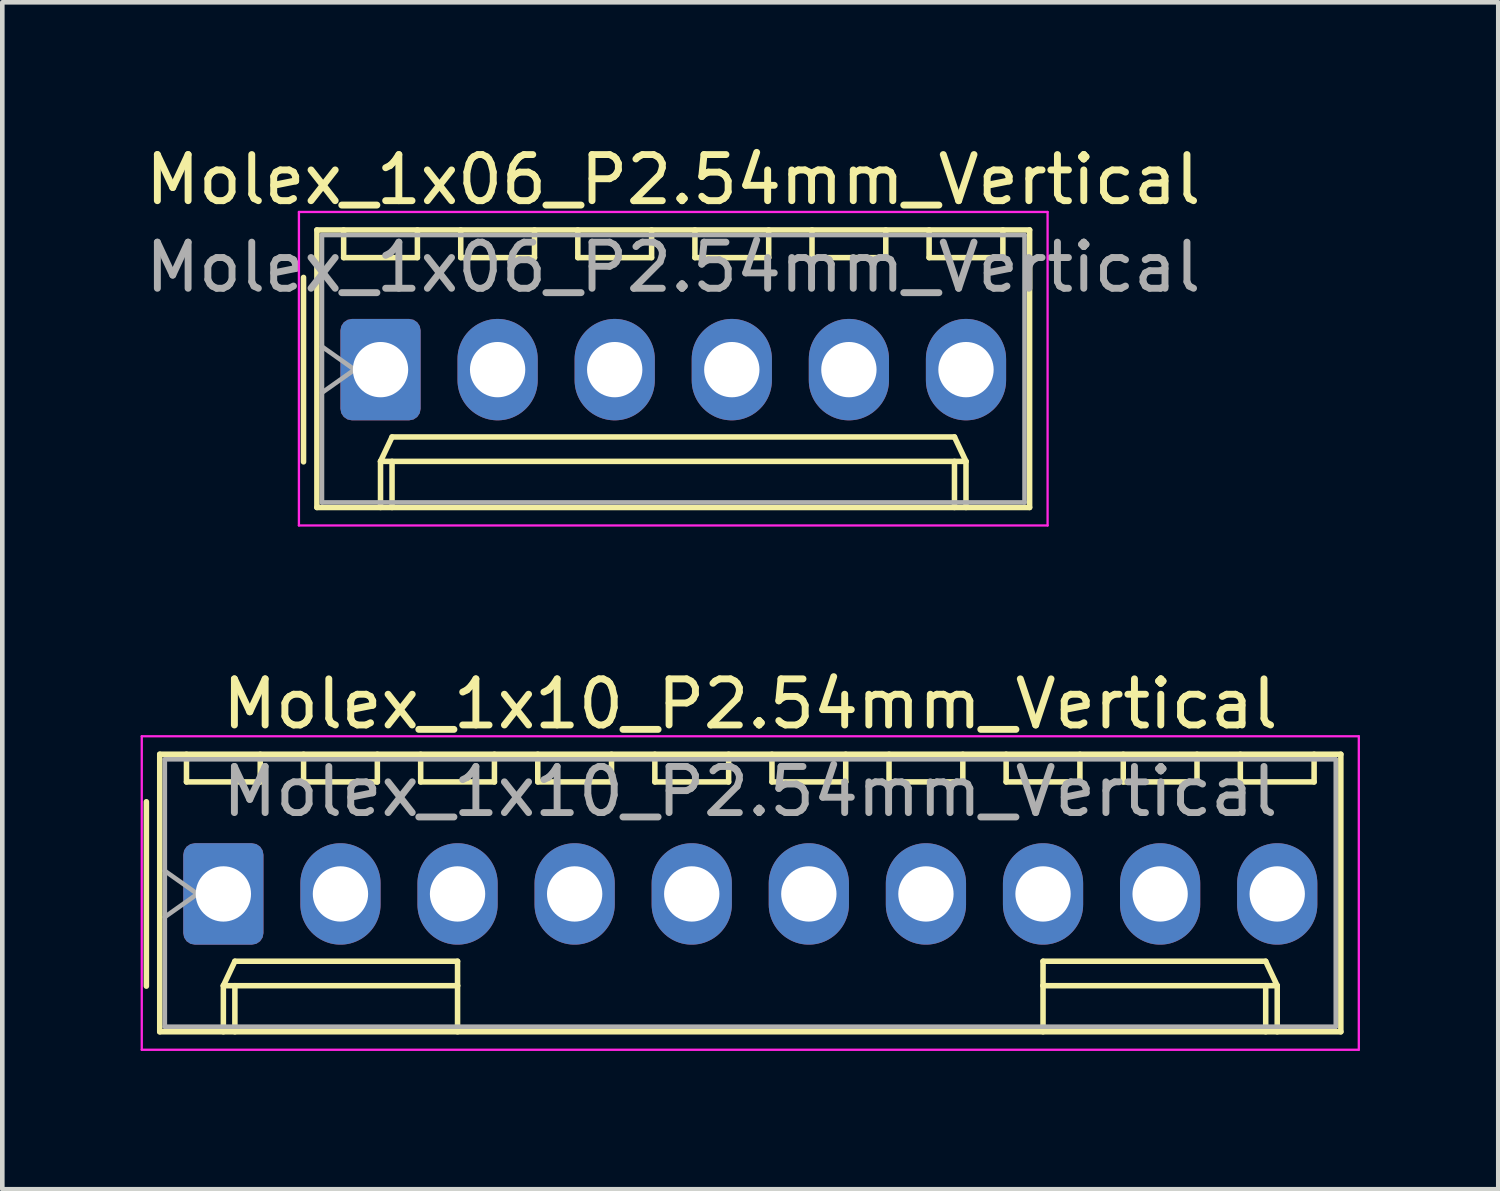
<source format=kicad_pcb>
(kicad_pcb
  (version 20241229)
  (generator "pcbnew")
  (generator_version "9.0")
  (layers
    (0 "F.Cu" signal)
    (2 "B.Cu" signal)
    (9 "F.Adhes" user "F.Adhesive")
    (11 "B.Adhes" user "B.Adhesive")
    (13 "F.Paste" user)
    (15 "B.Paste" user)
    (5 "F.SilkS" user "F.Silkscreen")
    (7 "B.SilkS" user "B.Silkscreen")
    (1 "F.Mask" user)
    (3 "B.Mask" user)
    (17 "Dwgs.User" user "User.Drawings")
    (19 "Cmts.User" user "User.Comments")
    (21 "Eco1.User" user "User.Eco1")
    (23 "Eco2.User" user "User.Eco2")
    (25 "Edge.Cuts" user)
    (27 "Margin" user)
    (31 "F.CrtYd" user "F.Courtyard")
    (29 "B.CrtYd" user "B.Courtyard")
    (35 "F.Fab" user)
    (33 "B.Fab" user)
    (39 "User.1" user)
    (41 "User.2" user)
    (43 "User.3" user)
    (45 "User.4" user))
  (footprint "Molex_1x10_P2.54mm_Vertical"
    (layer "F.Cu")
    (at 1.795 16.341)
    (property "Reference" "Molex_1x10_P2.54mm_Vertical" (at 11.43 -4.12 0) (layer "F.SilkS") (effects (font (size 1 1) (thickness 0.15))))
    (attr through_hole)
    (fp_line (start -1.67 -2) (end -1.67 2) (stroke (width 0.12) (type solid)) (layer "F.SilkS"))
    (fp_line (start -1.38 -3.03) (end -1.38 2.99) (stroke (width 0.12) (type solid)) (layer "F.SilkS"))
    (fp_line (start -1.38 2.99) (end 24.24 2.99) (stroke (width 0.12) (type solid)) (layer "F.SilkS"))
    (fp_line (start -0.8 -3.03) (end -0.8 -2.43) (stroke (width 0.12) (type solid)) (layer "F.SilkS"))
    (fp_line (start -0.8 -2.43) (end 0.8 -2.43) (stroke (width 0.12) (type solid)) (layer "F.SilkS"))
    (fp_line (start 0 1.99) (end 0.25 1.46) (stroke (width 0.12) (type solid)) (layer "F.SilkS"))
    (fp_line (start 0 1.99) (end 5.08 1.99) (stroke (width 0.12) (type solid)) (layer "F.SilkS"))
    (fp_line (start 0 2.99) (end 0 1.99) (stroke (width 0.12) (type solid)) (layer "F.SilkS"))
    (fp_line (start 0.25 1.46) (end 5.08 1.46) (stroke (width 0.12) (type solid)) (layer "F.SilkS"))
    (fp_line (start 0.25 2.99) (end 0.25 1.99) (stroke (width 0.12) (type solid)) (layer "F.SilkS"))
    (fp_line (start 0.8 -2.43) (end 0.8 -3.03) (stroke (width 0.12) (type solid)) (layer "F.SilkS"))
    (fp_line (start 1.74 -3.03) (end 1.74 -2.43) (stroke (width 0.12) (type solid)) (layer "F.SilkS"))
    (fp_line (start 1.74 -2.43) (end 3.34 -2.43) (stroke (width 0.12) (type solid)) (layer "F.SilkS"))
    (fp_line (start 3.34 -2.43) (end 3.34 -3.03) (stroke (width 0.12) (type solid)) (layer "F.SilkS"))
    (fp_line (start 4.28 -3.03) (end 4.28 -2.43) (stroke (width 0.12) (type solid)) (layer "F.SilkS"))
    (fp_line (start 4.28 -2.43) (end 5.88 -2.43) (stroke (width 0.12) (type solid)) (layer "F.SilkS"))
    (fp_line (start 5.08 1.46) (end 5.08 1.99) (stroke (width 0.12) (type solid)) (layer "F.SilkS"))
    (fp_line (start 5.08 1.99) (end 5.08 2.99) (stroke (width 0.12) (type solid)) (layer "F.SilkS"))
    (fp_line (start 5.88 -2.43) (end 5.88 -3.03) (stroke (width 0.12) (type solid)) (layer "F.SilkS"))
    (fp_line (start 6.82 -3.03) (end 6.82 -2.43) (stroke (width 0.12) (type solid)) (layer "F.SilkS"))
    (fp_line (start 6.82 -2.43) (end 8.42 -2.43) (stroke (width 0.12) (type solid)) (layer "F.SilkS"))
    (fp_line (start 8.42 -2.43) (end 8.42 -3.03) (stroke (width 0.12) (type solid)) (layer "F.SilkS"))
    (fp_line (start 9.36 -3.03) (end 9.36 -2.43) (stroke (width 0.12) (type solid)) (layer "F.SilkS"))
    (fp_line (start 9.36 -2.43) (end 10.96 -2.43) (stroke (width 0.12) (type solid)) (layer "F.SilkS"))
    (fp_line (start 10.96 -2.43) (end 10.96 -3.03) (stroke (width 0.12) (type solid)) (layer "F.SilkS"))
    (fp_line (start 11.9 -3.03) (end 11.9 -2.43) (stroke (width 0.12) (type solid)) (layer "F.SilkS"))
    (fp_line (start 11.9 -2.43) (end 13.5 -2.43) (stroke (width 0.12) (type solid)) (layer "F.SilkS"))
    (fp_line (start 13.5 -2.43) (end 13.5 -3.03) (stroke (width 0.12) (type solid)) (layer "F.SilkS"))
    (fp_line (start 14.44 -3.03) (end 14.44 -2.43) (stroke (width 0.12) (type solid)) (layer "F.SilkS"))
    (fp_line (start 14.44 -2.43) (end 16.04 -2.43) (stroke (width 0.12) (type solid)) (layer "F.SilkS"))
    (fp_line (start 16.04 -2.43) (end 16.04 -3.03) (stroke (width 0.12) (type solid)) (layer "F.SilkS"))
    (fp_line (start 16.98 -3.03) (end 16.98 -2.43) (stroke (width 0.12) (type solid)) (layer "F.SilkS"))
    (fp_line (start 16.98 -2.43) (end 18.58 -2.43) (stroke (width 0.12) (type solid)) (layer "F.SilkS"))
    (fp_line (start 17.78 1.46) (end 17.78 1.99) (stroke (width 0.12) (type solid)) (layer "F.SilkS"))
    (fp_line (start 17.78 1.99) (end 17.78 2.99) (stroke (width 0.12) (type solid)) (layer "F.SilkS"))
    (fp_line (start 18.58 -2.43) (end 18.58 -3.03) (stroke (width 0.12) (type solid)) (layer "F.SilkS"))
    (fp_line (start 19.52 -3.03) (end 19.52 -2.43) (stroke (width 0.12) (type solid)) (layer "F.SilkS"))
    (fp_line (start 19.52 -2.43) (end 21.12 -2.43) (stroke (width 0.12) (type solid)) (layer "F.SilkS"))
    (fp_line (start 21.12 -2.43) (end 21.12 -3.03) (stroke (width 0.12) (type solid)) (layer "F.SilkS"))
    (fp_line (start 22.06 -3.03) (end 22.06 -2.43) (stroke (width 0.12) (type solid)) (layer "F.SilkS"))
    (fp_line (start 22.06 -2.43) (end 23.66 -2.43) (stroke (width 0.12) (type solid)) (layer "F.SilkS"))
    (fp_line (start 22.61 1.46) (end 17.78 1.46) (stroke (width 0.12) (type solid)) (layer "F.SilkS"))
    (fp_line (start 22.61 2.99) (end 22.61 1.99) (stroke (width 0.12) (type solid)) (layer "F.SilkS"))
    (fp_line (start 22.86 1.99) (end 17.78 1.99) (stroke (width 0.12) (type solid)) (layer "F.SilkS"))
    (fp_line (start 22.86 1.99) (end 22.61 1.46) (stroke (width 0.12) (type solid)) (layer "F.SilkS"))
    (fp_line (start 22.86 2.99) (end 22.86 1.99) (stroke (width 0.12) (type solid)) (layer "F.SilkS"))
    (fp_line (start 23.66 -2.43) (end 23.66 -3.03) (stroke (width 0.12) (type solid)) (layer "F.SilkS"))
    (fp_line (start 24.24 -3.03) (end -1.38 -3.03) (stroke (width 0.12) (type solid)) (layer "F.SilkS"))
    (fp_line (start 24.24 2.99) (end 24.24 -3.03) (stroke (width 0.12) (type solid)) (layer "F.SilkS"))
    (fp_line (start -1.77 -3.42) (end -1.77 3.38) (stroke (width 0.05) (type solid)) (layer "F.CrtYd"))
    (fp_line (start -1.77 3.38) (end 24.63 3.38) (stroke (width 0.05) (type solid)) (layer "F.CrtYd"))
    (fp_line (start 24.63 -3.42) (end -1.77 -3.42) (stroke (width 0.05) (type solid)) (layer "F.CrtYd"))
    (fp_line (start 24.63 3.38) (end 24.63 -3.42) (stroke (width 0.05) (type solid)) (layer "F.CrtYd"))
    (fp_line (start -1.27 -2.92) (end -1.27 2.88) (stroke (width 0.1) (type solid)) (layer "F.Fab"))
    (fp_line (start -1.27 -0.5) (end -0.563 0) (stroke (width 0.1) (type solid)) (layer "F.Fab"))
    (fp_line (start -1.27 2.88) (end 24.13 2.88) (stroke (width 0.1) (type solid)) (layer "F.Fab"))
    (fp_line (start -0.563 0) (end -1.27 0.5) (stroke (width 0.1) (type solid)) (layer "F.Fab"))
    (fp_line (start 24.13 -2.92) (end -1.27 -2.92) (stroke (width 0.1) (type solid)) (layer "F.Fab"))
    (fp_line (start 24.13 2.88) (end 24.13 -2.92) (stroke (width 0.1) (type solid)) (layer "F.Fab"))
    (fp_text user "${REFERENCE}" (at 11.43 -2.22 0) (layer "F.Fab") (effects (font (size 1 1) (thickness 0.15))))
    (pad "1" thru_hole roundrect (at 0 0) (size 1.74 2.2) (drill 1.2) (layers "*.Cu" "*.Mask") (roundrect_rratio 0.144))
    (pad "2" thru_hole oval (at 2.54 0) (size 1.74 2.2) (drill 1.2) (layers "*.Cu" "*.Mask"))
    (pad "3" thru_hole oval (at 5.08 0) (size 1.74 2.2) (drill 1.2) (layers "*.Cu" "*.Mask"))
    (pad "4" thru_hole oval (at 7.62 0) (size 1.74 2.2) (drill 1.2) (layers "*.Cu" "*.Mask"))
    (pad "5" thru_hole oval (at 10.16 0) (size 1.74 2.2) (drill 1.2) (layers "*.Cu" "*.Mask"))
    (pad "6" thru_hole oval (at 12.7 0) (size 1.74 2.2) (drill 1.2) (layers "*.Cu" "*.Mask"))
    (pad "7" thru_hole oval (at 15.24 0) (size 1.74 2.2) (drill 1.2) (layers "*.Cu" "*.Mask"))
    (pad "8" thru_hole oval (at 17.78 0) (size 1.74 2.2) (drill 1.2) (layers "*.Cu" "*.Mask"))
    (pad "9" thru_hole oval (at 20.32 0) (size 1.74 2.2) (drill 1.2) (layers "*.Cu" "*.Mask"))
    (pad "10" thru_hole oval (at 22.86 0) (size 1.74 2.2) (drill 1.2) (layers "*.Cu" "*.Mask")))
  (footprint "Molex_1x06_P2.54mm_Vertical"
    (layer "F.Cu")
    (at 5.204 4.968)
    (property "Reference" "Molex_1x06_P2.54mm_Vertical" (at 6.35 -4.12 0) (layer "F.SilkS") (effects (font (size 1 1) (thickness 0.15))))
    (attr through_hole)
    (fp_line (start -1.67 -2) (end -1.67 2) (stroke (width 0.12) (type solid)) (layer "F.SilkS"))
    (fp_line (start -1.38 -3.03) (end -1.38 2.99) (stroke (width 0.12) (type solid)) (layer "F.SilkS"))
    (fp_line (start -1.38 2.99) (end 14.08 2.99) (stroke (width 0.12) (type solid)) (layer "F.SilkS"))
    (fp_line (start -0.8 -3.03) (end -0.8 -2.43) (stroke (width 0.12) (type solid)) (layer "F.SilkS"))
    (fp_line (start -0.8 -2.43) (end 0.8 -2.43) (stroke (width 0.12) (type solid)) (layer "F.SilkS"))
    (fp_line (start 0 1.99) (end 0.25 1.46) (stroke (width 0.12) (type solid)) (layer "F.SilkS"))
    (fp_line (start 0 1.99) (end 12.7 1.99) (stroke (width 0.12) (type solid)) (layer "F.SilkS"))
    (fp_line (start 0 2.99) (end 0 1.99) (stroke (width 0.12) (type solid)) (layer "F.SilkS"))
    (fp_line (start 0.25 1.46) (end 12.45 1.46) (stroke (width 0.12) (type solid)) (layer "F.SilkS"))
    (fp_line (start 0.25 2.99) (end 0.25 1.99) (stroke (width 0.12) (type solid)) (layer "F.SilkS"))
    (fp_line (start 0.8 -2.43) (end 0.8 -3.03) (stroke (width 0.12) (type solid)) (layer "F.SilkS"))
    (fp_line (start 1.74 -3.03) (end 1.74 -2.43) (stroke (width 0.12) (type solid)) (layer "F.SilkS"))
    (fp_line (start 1.74 -2.43) (end 3.34 -2.43) (stroke (width 0.12) (type solid)) (layer "F.SilkS"))
    (fp_line (start 3.34 -2.43) (end 3.34 -3.03) (stroke (width 0.12) (type solid)) (layer "F.SilkS"))
    (fp_line (start 4.28 -3.03) (end 4.28 -2.43) (stroke (width 0.12) (type solid)) (layer "F.SilkS"))
    (fp_line (start 4.28 -2.43) (end 5.88 -2.43) (stroke (width 0.12) (type solid)) (layer "F.SilkS"))
    (fp_line (start 5.88 -2.43) (end 5.88 -3.03) (stroke (width 0.12) (type solid)) (layer "F.SilkS"))
    (fp_line (start 6.82 -3.03) (end 6.82 -2.43) (stroke (width 0.12) (type solid)) (layer "F.SilkS"))
    (fp_line (start 6.82 -2.43) (end 8.42 -2.43) (stroke (width 0.12) (type solid)) (layer "F.SilkS"))
    (fp_line (start 8.42 -2.43) (end 8.42 -3.03) (stroke (width 0.12) (type solid)) (layer "F.SilkS"))
    (fp_line (start 9.36 -3.03) (end 9.36 -2.43) (stroke (width 0.12) (type solid)) (layer "F.SilkS"))
    (fp_line (start 9.36 -2.43) (end 10.96 -2.43) (stroke (width 0.12) (type solid)) (layer "F.SilkS"))
    (fp_line (start 10.96 -2.43) (end 10.96 -3.03) (stroke (width 0.12) (type solid)) (layer "F.SilkS"))
    (fp_line (start 11.9 -3.03) (end 11.9 -2.43) (stroke (width 0.12) (type solid)) (layer "F.SilkS"))
    (fp_line (start 11.9 -2.43) (end 13.5 -2.43) (stroke (width 0.12) (type solid)) (layer "F.SilkS"))
    (fp_line (start 12.45 1.46) (end 12.7 1.99) (stroke (width 0.12) (type solid)) (layer "F.SilkS"))
    (fp_line (start 12.45 2.99) (end 12.45 1.99) (stroke (width 0.12) (type solid)) (layer "F.SilkS"))
    (fp_line (start 12.7 1.99) (end 12.7 2.99) (stroke (width 0.12) (type solid)) (layer "F.SilkS"))
    (fp_line (start 13.5 -2.43) (end 13.5 -3.03) (stroke (width 0.12) (type solid)) (layer "F.SilkS"))
    (fp_line (start 14.08 -3.03) (end -1.38 -3.03) (stroke (width 0.12) (type solid)) (layer "F.SilkS"))
    (fp_line (start 14.08 2.99) (end 14.08 -3.03) (stroke (width 0.12) (type solid)) (layer "F.SilkS"))
    (fp_line (start -1.77 -3.42) (end -1.77 3.38) (stroke (width 0.05) (type solid)) (layer "F.CrtYd"))
    (fp_line (start -1.77 3.38) (end 14.47 3.38) (stroke (width 0.05) (type solid)) (layer "F.CrtYd"))
    (fp_line (start 14.47 -3.42) (end -1.77 -3.42) (stroke (width 0.05) (type solid)) (layer "F.CrtYd"))
    (fp_line (start 14.47 3.38) (end 14.47 -3.42) (stroke (width 0.05) (type solid)) (layer "F.CrtYd"))
    (fp_line (start -1.27 -2.92) (end -1.27 2.88) (stroke (width 0.1) (type solid)) (layer "F.Fab"))
    (fp_line (start -1.27 -0.5) (end -0.563 0) (stroke (width 0.1) (type solid)) (layer "F.Fab"))
    (fp_line (start -1.27 2.88) (end 13.97 2.88) (stroke (width 0.1) (type solid)) (layer "F.Fab"))
    (fp_line (start -0.563 0) (end -1.27 0.5) (stroke (width 0.1) (type solid)) (layer "F.Fab"))
    (fp_line (start 13.97 -2.92) (end -1.27 -2.92) (stroke (width 0.1) (type solid)) (layer "F.Fab"))
    (fp_line (start 13.97 2.88) (end 13.97 -2.92) (stroke (width 0.1) (type solid)) (layer "F.Fab"))
    (fp_text user "${REFERENCE}" (at 6.35 -2.22 0) (layer "F.Fab") (effects (font (size 1 1) (thickness 0.15))))
    (pad "1" thru_hole roundrect (at 0 0) (size 1.74 2.2) (drill 1.2) (layers "*.Cu" "*.Mask") (roundrect_rratio 0.144))
    (pad "2" thru_hole oval (at 2.54 0) (size 1.74 2.2) (drill 1.2) (layers "*.Cu" "*.Mask"))
    (pad "3" thru_hole oval (at 5.08 0) (size 1.74 2.2) (drill 1.2) (layers "*.Cu" "*.Mask"))
    (pad "4" thru_hole oval (at 7.62 0) (size 1.74 2.2) (drill 1.2) (layers "*.Cu" "*.Mask"))
    (pad "5" thru_hole oval (at 10.16 0) (size 1.74 2.2) (drill 1.2) (layers "*.Cu" "*.Mask"))
    (pad "6" thru_hole oval (at 12.7 0) (size 1.74 2.2) (drill 1.2) (layers "*.Cu" "*.Mask")))
  (gr_rect
    (start -3 -3)
    (end 29.45 22.747)
    (stroke (width 0.1) (type default))
    (fill no)
    (layer "Edge.Cuts")))
</source>
